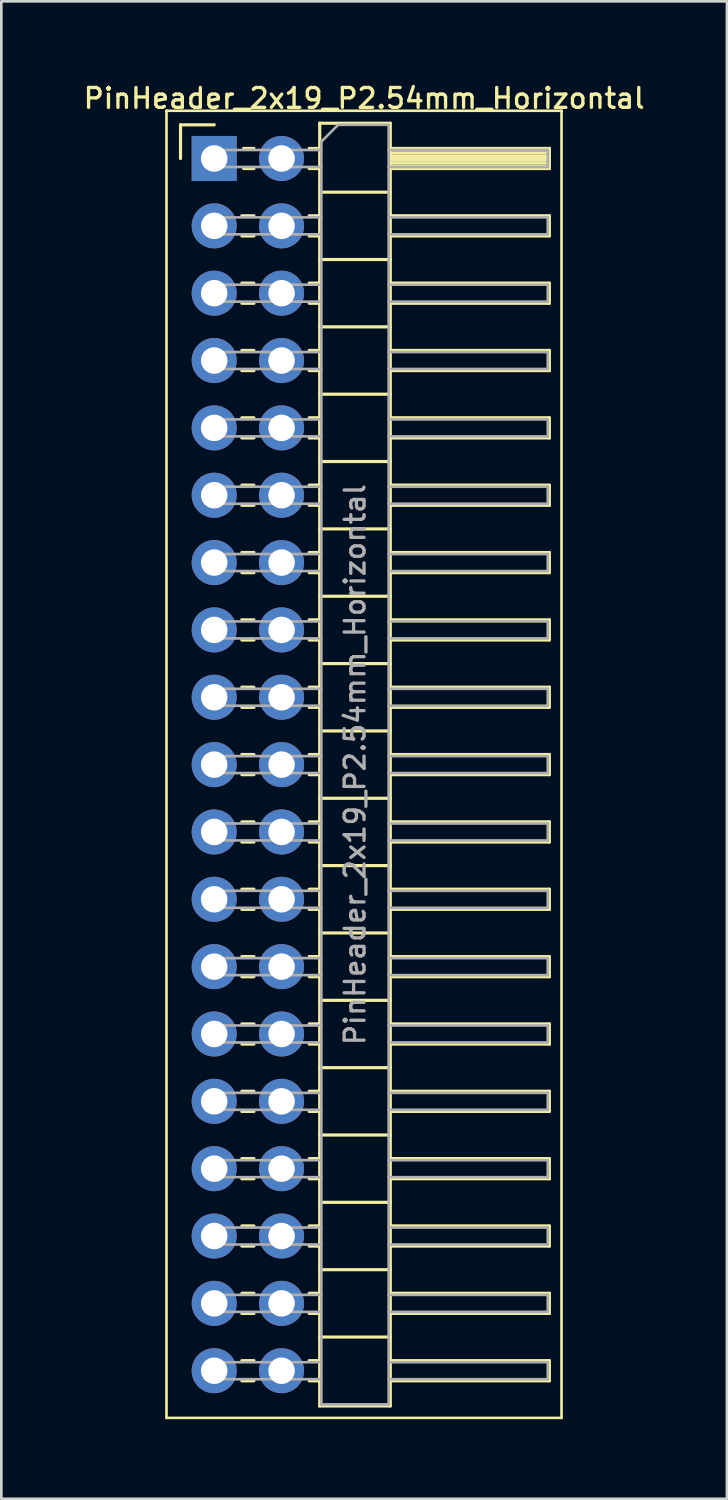
<source format=kicad_pcb>
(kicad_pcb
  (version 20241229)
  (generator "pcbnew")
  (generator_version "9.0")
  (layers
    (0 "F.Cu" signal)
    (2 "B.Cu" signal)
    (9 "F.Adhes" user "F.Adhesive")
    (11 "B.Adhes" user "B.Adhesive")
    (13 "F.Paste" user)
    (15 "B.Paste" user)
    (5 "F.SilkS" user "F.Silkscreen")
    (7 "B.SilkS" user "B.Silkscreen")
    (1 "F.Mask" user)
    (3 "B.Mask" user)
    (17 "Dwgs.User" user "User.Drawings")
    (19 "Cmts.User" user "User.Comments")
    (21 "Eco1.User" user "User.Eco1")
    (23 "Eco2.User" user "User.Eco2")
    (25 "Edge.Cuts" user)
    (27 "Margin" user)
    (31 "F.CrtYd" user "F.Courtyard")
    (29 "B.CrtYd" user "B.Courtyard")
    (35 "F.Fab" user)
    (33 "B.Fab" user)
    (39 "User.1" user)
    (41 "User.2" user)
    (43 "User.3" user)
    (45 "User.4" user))
  (footprint "PinHeader_2x19_P2.54mm_Horizontal"
    (layer "F.Cu")
    (at 5.029 2.928)
    (property "Reference" "PinHeader_2x19_P2.54mm_Horizontal" (at 5.655 -2.27 0) (layer "F.SilkS") (effects (font (size 0.75 0.75) (thickness 0.125))))
    (attr through_hole)
    (fp_line (start -1.8 -1.8) (end -1.8 47.5) (stroke (width 0.1) (type solid)) (layer "F.SilkS"))
    (fp_line (start -1.8 47.5) (end 13.1 47.5) (stroke (width 0.1) (type solid)) (layer "F.SilkS"))
    (fp_line (start -1.27 -1.27) (end 0 -1.27) (stroke (width 0.12) (type solid)) (layer "F.SilkS"))
    (fp_line (start -1.27 0) (end -1.27 -1.27) (stroke (width 0.12) (type solid)) (layer "F.SilkS"))
    (fp_line (start 1.043 2.16) (end 1.497 2.16) (stroke (width 0.12) (type solid)) (layer "F.SilkS"))
    (fp_line (start 1.043 2.92) (end 1.497 2.92) (stroke (width 0.12) (type solid)) (layer "F.SilkS"))
    (fp_line (start 1.043 4.7) (end 1.497 4.7) (stroke (width 0.12) (type solid)) (layer "F.SilkS"))
    (fp_line (start 1.043 5.46) (end 1.497 5.46) (stroke (width 0.12) (type solid)) (layer "F.SilkS"))
    (fp_line (start 1.043 7.24) (end 1.497 7.24) (stroke (width 0.12) (type solid)) (layer "F.SilkS"))
    (fp_line (start 1.043 8) (end 1.497 8) (stroke (width 0.12) (type solid)) (layer "F.SilkS"))
    (fp_line (start 1.043 9.78) (end 1.497 9.78) (stroke (width 0.12) (type solid)) (layer "F.SilkS"))
    (fp_line (start 1.043 10.54) (end 1.497 10.54) (stroke (width 0.12) (type solid)) (layer "F.SilkS"))
    (fp_line (start 1.043 12.32) (end 1.497 12.32) (stroke (width 0.12) (type solid)) (layer "F.SilkS"))
    (fp_line (start 1.043 13.08) (end 1.497 13.08) (stroke (width 0.12) (type solid)) (layer "F.SilkS"))
    (fp_line (start 1.043 14.86) (end 1.497 14.86) (stroke (width 0.12) (type solid)) (layer "F.SilkS"))
    (fp_line (start 1.043 15.62) (end 1.497 15.62) (stroke (width 0.12) (type solid)) (layer "F.SilkS"))
    (fp_line (start 1.043 17.4) (end 1.497 17.4) (stroke (width 0.12) (type solid)) (layer "F.SilkS"))
    (fp_line (start 1.043 18.16) (end 1.497 18.16) (stroke (width 0.12) (type solid)) (layer "F.SilkS"))
    (fp_line (start 1.043 19.94) (end 1.497 19.94) (stroke (width 0.12) (type solid)) (layer "F.SilkS"))
    (fp_line (start 1.043 20.7) (end 1.497 20.7) (stroke (width 0.12) (type solid)) (layer "F.SilkS"))
    (fp_line (start 1.043 22.48) (end 1.497 22.48) (stroke (width 0.12) (type solid)) (layer "F.SilkS"))
    (fp_line (start 1.043 23.24) (end 1.497 23.24) (stroke (width 0.12) (type solid)) (layer "F.SilkS"))
    (fp_line (start 1.043 25.02) (end 1.497 25.02) (stroke (width 0.12) (type solid)) (layer "F.SilkS"))
    (fp_line (start 1.043 25.78) (end 1.497 25.78) (stroke (width 0.12) (type solid)) (layer "F.SilkS"))
    (fp_line (start 1.043 27.56) (end 1.497 27.56) (stroke (width 0.12) (type solid)) (layer "F.SilkS"))
    (fp_line (start 1.043 28.32) (end 1.497 28.32) (stroke (width 0.12) (type solid)) (layer "F.SilkS"))
    (fp_line (start 1.043 30.1) (end 1.497 30.1) (stroke (width 0.12) (type solid)) (layer "F.SilkS"))
    (fp_line (start 1.043 30.86) (end 1.497 30.86) (stroke (width 0.12) (type solid)) (layer "F.SilkS"))
    (fp_line (start 1.043 32.64) (end 1.497 32.64) (stroke (width 0.12) (type solid)) (layer "F.SilkS"))
    (fp_line (start 1.043 33.4) (end 1.497 33.4) (stroke (width 0.12) (type solid)) (layer "F.SilkS"))
    (fp_line (start 1.043 35.18) (end 1.497 35.18) (stroke (width 0.12) (type solid)) (layer "F.SilkS"))
    (fp_line (start 1.043 35.94) (end 1.497 35.94) (stroke (width 0.12) (type solid)) (layer "F.SilkS"))
    (fp_line (start 1.043 37.72) (end 1.497 37.72) (stroke (width 0.12) (type solid)) (layer "F.SilkS"))
    (fp_line (start 1.043 38.48) (end 1.497 38.48) (stroke (width 0.12) (type solid)) (layer "F.SilkS"))
    (fp_line (start 1.043 40.26) (end 1.497 40.26) (stroke (width 0.12) (type solid)) (layer "F.SilkS"))
    (fp_line (start 1.043 41.02) (end 1.497 41.02) (stroke (width 0.12) (type solid)) (layer "F.SilkS"))
    (fp_line (start 1.043 42.8) (end 1.497 42.8) (stroke (width 0.12) (type solid)) (layer "F.SilkS"))
    (fp_line (start 1.043 43.56) (end 1.497 43.56) (stroke (width 0.12) (type solid)) (layer "F.SilkS"))
    (fp_line (start 1.043 45.34) (end 1.497 45.34) (stroke (width 0.12) (type solid)) (layer "F.SilkS"))
    (fp_line (start 1.043 46.1) (end 1.497 46.1) (stroke (width 0.12) (type solid)) (layer "F.SilkS"))
    (fp_line (start 1.11 -0.38) (end 1.497 -0.38) (stroke (width 0.12) (type solid)) (layer "F.SilkS"))
    (fp_line (start 1.11 0.38) (end 1.497 0.38) (stroke (width 0.12) (type solid)) (layer "F.SilkS"))
    (fp_line (start 3.583 -0.38) (end 3.98 -0.38) (stroke (width 0.12) (type solid)) (layer "F.SilkS"))
    (fp_line (start 3.583 0.38) (end 3.98 0.38) (stroke (width 0.12) (type solid)) (layer "F.SilkS"))
    (fp_line (start 3.583 2.16) (end 3.98 2.16) (stroke (width 0.12) (type solid)) (layer "F.SilkS"))
    (fp_line (start 3.583 2.92) (end 3.98 2.92) (stroke (width 0.12) (type solid)) (layer "F.SilkS"))
    (fp_line (start 3.583 4.7) (end 3.98 4.7) (stroke (width 0.12) (type solid)) (layer "F.SilkS"))
    (fp_line (start 3.583 5.46) (end 3.98 5.46) (stroke (width 0.12) (type solid)) (layer "F.SilkS"))
    (fp_line (start 3.583 7.24) (end 3.98 7.24) (stroke (width 0.12) (type solid)) (layer "F.SilkS"))
    (fp_line (start 3.583 8) (end 3.98 8) (stroke (width 0.12) (type solid)) (layer "F.SilkS"))
    (fp_line (start 3.583 9.78) (end 3.98 9.78) (stroke (width 0.12) (type solid)) (layer "F.SilkS"))
    (fp_line (start 3.583 10.54) (end 3.98 10.54) (stroke (width 0.12) (type solid)) (layer "F.SilkS"))
    (fp_line (start 3.583 12.32) (end 3.98 12.32) (stroke (width 0.12) (type solid)) (layer "F.SilkS"))
    (fp_line (start 3.583 13.08) (end 3.98 13.08) (stroke (width 0.12) (type solid)) (layer "F.SilkS"))
    (fp_line (start 3.583 14.86) (end 3.98 14.86) (stroke (width 0.12) (type solid)) (layer "F.SilkS"))
    (fp_line (start 3.583 15.62) (end 3.98 15.62) (stroke (width 0.12) (type solid)) (layer "F.SilkS"))
    (fp_line (start 3.583 17.4) (end 3.98 17.4) (stroke (width 0.12) (type solid)) (layer "F.SilkS"))
    (fp_line (start 3.583 18.16) (end 3.98 18.16) (stroke (width 0.12) (type solid)) (layer "F.SilkS"))
    (fp_line (start 3.583 19.94) (end 3.98 19.94) (stroke (width 0.12) (type solid)) (layer "F.SilkS"))
    (fp_line (start 3.583 20.7) (end 3.98 20.7) (stroke (width 0.12) (type solid)) (layer "F.SilkS"))
    (fp_line (start 3.583 22.48) (end 3.98 22.48) (stroke (width 0.12) (type solid)) (layer "F.SilkS"))
    (fp_line (start 3.583 23.24) (end 3.98 23.24) (stroke (width 0.12) (type solid)) (layer "F.SilkS"))
    (fp_line (start 3.583 25.02) (end 3.98 25.02) (stroke (width 0.12) (type solid)) (layer "F.SilkS"))
    (fp_line (start 3.583 25.78) (end 3.98 25.78) (stroke (width 0.12) (type solid)) (layer "F.SilkS"))
    (fp_line (start 3.583 27.56) (end 3.98 27.56) (stroke (width 0.12) (type solid)) (layer "F.SilkS"))
    (fp_line (start 3.583 28.32) (end 3.98 28.32) (stroke (width 0.12) (type solid)) (layer "F.SilkS"))
    (fp_line (start 3.583 30.1) (end 3.98 30.1) (stroke (width 0.12) (type solid)) (layer "F.SilkS"))
    (fp_line (start 3.583 30.86) (end 3.98 30.86) (stroke (width 0.12) (type solid)) (layer "F.SilkS"))
    (fp_line (start 3.583 32.64) (end 3.98 32.64) (stroke (width 0.12) (type solid)) (layer "F.SilkS"))
    (fp_line (start 3.583 33.4) (end 3.98 33.4) (stroke (width 0.12) (type solid)) (layer "F.SilkS"))
    (fp_line (start 3.583 35.18) (end 3.98 35.18) (stroke (width 0.12) (type solid)) (layer "F.SilkS"))
    (fp_line (start 3.583 35.94) (end 3.98 35.94) (stroke (width 0.12) (type solid)) (layer "F.SilkS"))
    (fp_line (start 3.583 37.72) (end 3.98 37.72) (stroke (width 0.12) (type solid)) (layer "F.SilkS"))
    (fp_line (start 3.583 38.48) (end 3.98 38.48) (stroke (width 0.12) (type solid)) (layer "F.SilkS"))
    (fp_line (start 3.583 40.26) (end 3.98 40.26) (stroke (width 0.12) (type solid)) (layer "F.SilkS"))
    (fp_line (start 3.583 41.02) (end 3.98 41.02) (stroke (width 0.12) (type solid)) (layer "F.SilkS"))
    (fp_line (start 3.583 42.8) (end 3.98 42.8) (stroke (width 0.12) (type solid)) (layer "F.SilkS"))
    (fp_line (start 3.583 43.56) (end 3.98 43.56) (stroke (width 0.12) (type solid)) (layer "F.SilkS"))
    (fp_line (start 3.583 45.34) (end 3.98 45.34) (stroke (width 0.12) (type solid)) (layer "F.SilkS"))
    (fp_line (start 3.583 46.1) (end 3.98 46.1) (stroke (width 0.12) (type solid)) (layer "F.SilkS"))
    (fp_line (start 3.98 -1.33) (end 3.98 47.05) (stroke (width 0.12) (type solid)) (layer "F.SilkS"))
    (fp_line (start 3.98 1.27) (end 6.64 1.27) (stroke (width 0.12) (type solid)) (layer "F.SilkS"))
    (fp_line (start 3.98 3.81) (end 6.64 3.81) (stroke (width 0.12) (type solid)) (layer "F.SilkS"))
    (fp_line (start 3.98 6.35) (end 6.64 6.35) (stroke (width 0.12) (type solid)) (layer "F.SilkS"))
    (fp_line (start 3.98 8.89) (end 6.64 8.89) (stroke (width 0.12) (type solid)) (layer "F.SilkS"))
    (fp_line (start 3.98 11.43) (end 6.64 11.43) (stroke (width 0.12) (type solid)) (layer "F.SilkS"))
    (fp_line (start 3.98 13.97) (end 6.64 13.97) (stroke (width 0.12) (type solid)) (layer "F.SilkS"))
    (fp_line (start 3.98 16.51) (end 6.64 16.51) (stroke (width 0.12) (type solid)) (layer "F.SilkS"))
    (fp_line (start 3.98 19.05) (end 6.64 19.05) (stroke (width 0.12) (type solid)) (layer "F.SilkS"))
    (fp_line (start 3.98 21.59) (end 6.64 21.59) (stroke (width 0.12) (type solid)) (layer "F.SilkS"))
    (fp_line (start 3.98 24.13) (end 6.64 24.13) (stroke (width 0.12) (type solid)) (layer "F.SilkS"))
    (fp_line (start 3.98 26.67) (end 6.64 26.67) (stroke (width 0.12) (type solid)) (layer "F.SilkS"))
    (fp_line (start 3.98 29.21) (end 6.64 29.21) (stroke (width 0.12) (type solid)) (layer "F.SilkS"))
    (fp_line (start 3.98 31.75) (end 6.64 31.75) (stroke (width 0.12) (type solid)) (layer "F.SilkS"))
    (fp_line (start 3.98 34.29) (end 6.64 34.29) (stroke (width 0.12) (type solid)) (layer "F.SilkS"))
    (fp_line (start 3.98 36.83) (end 6.64 36.83) (stroke (width 0.12) (type solid)) (layer "F.SilkS"))
    (fp_line (start 3.98 39.37) (end 6.64 39.37) (stroke (width 0.12) (type solid)) (layer "F.SilkS"))
    (fp_line (start 3.98 41.91) (end 6.64 41.91) (stroke (width 0.12) (type solid)) (layer "F.SilkS"))
    (fp_line (start 3.98 44.45) (end 6.64 44.45) (stroke (width 0.12) (type solid)) (layer "F.SilkS"))
    (fp_line (start 3.98 47.05) (end 6.64 47.05) (stroke (width 0.12) (type solid)) (layer "F.SilkS"))
    (fp_line (start 6.64 -1.33) (end 3.98 -1.33) (stroke (width 0.12) (type solid)) (layer "F.SilkS"))
    (fp_line (start 6.64 -0.38) (end 12.64 -0.38) (stroke (width 0.12) (type solid)) (layer "F.SilkS"))
    (fp_line (start 6.64 -0.32) (end 12.64 -0.32) (stroke (width 0.12) (type solid)) (layer "F.SilkS"))
    (fp_line (start 6.64 -0.2) (end 12.64 -0.2) (stroke (width 0.12) (type solid)) (layer "F.SilkS"))
    (fp_line (start 6.64 -0.08) (end 12.64 -0.08) (stroke (width 0.12) (type solid)) (layer "F.SilkS"))
    (fp_line (start 6.64 0.04) (end 12.64 0.04) (stroke (width 0.12) (type solid)) (layer "F.SilkS"))
    (fp_line (start 6.64 0.16) (end 12.64 0.16) (stroke (width 0.12) (type solid)) (layer "F.SilkS"))
    (fp_line (start 6.64 0.28) (end 12.64 0.28) (stroke (width 0.12) (type solid)) (layer "F.SilkS"))
    (fp_line (start 6.64 2.16) (end 12.64 2.16) (stroke (width 0.12) (type solid)) (layer "F.SilkS"))
    (fp_line (start 6.64 4.7) (end 12.64 4.7) (stroke (width 0.12) (type solid)) (layer "F.SilkS"))
    (fp_line (start 6.64 7.24) (end 12.64 7.24) (stroke (width 0.12) (type solid)) (layer "F.SilkS"))
    (fp_line (start 6.64 9.78) (end 12.64 9.78) (stroke (width 0.12) (type solid)) (layer "F.SilkS"))
    (fp_line (start 6.64 12.32) (end 12.64 12.32) (stroke (width 0.12) (type solid)) (layer "F.SilkS"))
    (fp_line (start 6.64 14.86) (end 12.64 14.86) (stroke (width 0.12) (type solid)) (layer "F.SilkS"))
    (fp_line (start 6.64 17.4) (end 12.64 17.4) (stroke (width 0.12) (type solid)) (layer "F.SilkS"))
    (fp_line (start 6.64 19.94) (end 12.64 19.94) (stroke (width 0.12) (type solid)) (layer "F.SilkS"))
    (fp_line (start 6.64 22.48) (end 12.64 22.48) (stroke (width 0.12) (type solid)) (layer "F.SilkS"))
    (fp_line (start 6.64 25.02) (end 12.64 25.02) (stroke (width 0.12) (type solid)) (layer "F.SilkS"))
    (fp_line (start 6.64 27.56) (end 12.64 27.56) (stroke (width 0.12) (type solid)) (layer "F.SilkS"))
    (fp_line (start 6.64 30.1) (end 12.64 30.1) (stroke (width 0.12) (type solid)) (layer "F.SilkS"))
    (fp_line (start 6.64 32.64) (end 12.64 32.64) (stroke (width 0.12) (type solid)) (layer "F.SilkS"))
    (fp_line (start 6.64 35.18) (end 12.64 35.18) (stroke (width 0.12) (type solid)) (layer "F.SilkS"))
    (fp_line (start 6.64 37.72) (end 12.64 37.72) (stroke (width 0.12) (type solid)) (layer "F.SilkS"))
    (fp_line (start 6.64 40.26) (end 12.64 40.26) (stroke (width 0.12) (type solid)) (layer "F.SilkS"))
    (fp_line (start 6.64 42.8) (end 12.64 42.8) (stroke (width 0.12) (type solid)) (layer "F.SilkS"))
    (fp_line (start 6.64 45.34) (end 12.64 45.34) (stroke (width 0.12) (type solid)) (layer "F.SilkS"))
    (fp_line (start 6.64 47.05) (end 6.64 -1.33) (stroke (width 0.12) (type solid)) (layer "F.SilkS"))
    (fp_line (start 12.64 -0.38) (end 12.64 0.38) (stroke (width 0.12) (type solid)) (layer "F.SilkS"))
    (fp_line (start 12.64 0.38) (end 6.64 0.38) (stroke (width 0.12) (type solid)) (layer "F.SilkS"))
    (fp_line (start 12.64 2.16) (end 12.64 2.92) (stroke (width 0.12) (type solid)) (layer "F.SilkS"))
    (fp_line (start 12.64 2.92) (end 6.64 2.92) (stroke (width 0.12) (type solid)) (layer "F.SilkS"))
    (fp_line (start 12.64 4.7) (end 12.64 5.46) (stroke (width 0.12) (type solid)) (layer "F.SilkS"))
    (fp_line (start 12.64 5.46) (end 6.64 5.46) (stroke (width 0.12) (type solid)) (layer "F.SilkS"))
    (fp_line (start 12.64 7.24) (end 12.64 8) (stroke (width 0.12) (type solid)) (layer "F.SilkS"))
    (fp_line (start 12.64 8) (end 6.64 8) (stroke (width 0.12) (type solid)) (layer "F.SilkS"))
    (fp_line (start 12.64 9.78) (end 12.64 10.54) (stroke (width 0.12) (type solid)) (layer "F.SilkS"))
    (fp_line (start 12.64 10.54) (end 6.64 10.54) (stroke (width 0.12) (type solid)) (layer "F.SilkS"))
    (fp_line (start 12.64 12.32) (end 12.64 13.08) (stroke (width 0.12) (type solid)) (layer "F.SilkS"))
    (fp_line (start 12.64 13.08) (end 6.64 13.08) (stroke (width 0.12) (type solid)) (layer "F.SilkS"))
    (fp_line (start 12.64 14.86) (end 12.64 15.62) (stroke (width 0.12) (type solid)) (layer "F.SilkS"))
    (fp_line (start 12.64 15.62) (end 6.64 15.62) (stroke (width 0.12) (type solid)) (layer "F.SilkS"))
    (fp_line (start 12.64 17.4) (end 12.64 18.16) (stroke (width 0.12) (type solid)) (layer "F.SilkS"))
    (fp_line (start 12.64 18.16) (end 6.64 18.16) (stroke (width 0.12) (type solid)) (layer "F.SilkS"))
    (fp_line (start 12.64 19.94) (end 12.64 20.7) (stroke (width 0.12) (type solid)) (layer "F.SilkS"))
    (fp_line (start 12.64 20.7) (end 6.64 20.7) (stroke (width 0.12) (type solid)) (layer "F.SilkS"))
    (fp_line (start 12.64 22.48) (end 12.64 23.24) (stroke (width 0.12) (type solid)) (layer "F.SilkS"))
    (fp_line (start 12.64 23.24) (end 6.64 23.24) (stroke (width 0.12) (type solid)) (layer "F.SilkS"))
    (fp_line (start 12.64 25.02) (end 12.64 25.78) (stroke (width 0.12) (type solid)) (layer "F.SilkS"))
    (fp_line (start 12.64 25.78) (end 6.64 25.78) (stroke (width 0.12) (type solid)) (layer "F.SilkS"))
    (fp_line (start 12.64 27.56) (end 12.64 28.32) (stroke (width 0.12) (type solid)) (layer "F.SilkS"))
    (fp_line (start 12.64 28.32) (end 6.64 28.32) (stroke (width 0.12) (type solid)) (layer "F.SilkS"))
    (fp_line (start 12.64 30.1) (end 12.64 30.86) (stroke (width 0.12) (type solid)) (layer "F.SilkS"))
    (fp_line (start 12.64 30.86) (end 6.64 30.86) (stroke (width 0.12) (type solid)) (layer "F.SilkS"))
    (fp_line (start 12.64 32.64) (end 12.64 33.4) (stroke (width 0.12) (type solid)) (layer "F.SilkS"))
    (fp_line (start 12.64 33.4) (end 6.64 33.4) (stroke (width 0.12) (type solid)) (layer "F.SilkS"))
    (fp_line (start 12.64 35.18) (end 12.64 35.94) (stroke (width 0.12) (type solid)) (layer "F.SilkS"))
    (fp_line (start 12.64 35.94) (end 6.64 35.94) (stroke (width 0.12) (type solid)) (layer "F.SilkS"))
    (fp_line (start 12.64 37.72) (end 12.64 38.48) (stroke (width 0.12) (type solid)) (layer "F.SilkS"))
    (fp_line (start 12.64 38.48) (end 6.64 38.48) (stroke (width 0.12) (type solid)) (layer "F.SilkS"))
    (fp_line (start 12.64 40.26) (end 12.64 41.02) (stroke (width 0.12) (type solid)) (layer "F.SilkS"))
    (fp_line (start 12.64 41.02) (end 6.64 41.02) (stroke (width 0.12) (type solid)) (layer "F.SilkS"))
    (fp_line (start 12.64 42.8) (end 12.64 43.56) (stroke (width 0.12) (type solid)) (layer "F.SilkS"))
    (fp_line (start 12.64 43.56) (end 6.64 43.56) (stroke (width 0.12) (type solid)) (layer "F.SilkS"))
    (fp_line (start 12.64 45.34) (end 12.64 46.1) (stroke (width 0.12) (type solid)) (layer "F.SilkS"))
    (fp_line (start 12.64 46.1) (end 6.64 46.1) (stroke (width 0.12) (type solid)) (layer "F.SilkS"))
    (fp_line (start 13.1 -1.8) (end -1.8 -1.8) (stroke (width 0.1) (type solid)) (layer "F.SilkS"))
    (fp_line (start 13.1 47.5) (end 13.1 -1.8) (stroke (width 0.1) (type solid)) (layer "F.SilkS"))
    (fp_line (start -0.32 -0.32) (end -0.32 0.32) (stroke (width 0.1) (type solid)) (layer "F.Fab"))
    (fp_line (start -0.32 -0.32) (end 4.04 -0.32) (stroke (width 0.1) (type solid)) (layer "F.Fab"))
    (fp_line (start -0.32 0.32) (end 4.04 0.32) (stroke (width 0.1) (type solid)) (layer "F.Fab"))
    (fp_line (start -0.32 2.22) (end -0.32 2.86) (stroke (width 0.1) (type solid)) (layer "F.Fab"))
    (fp_line (start -0.32 2.22) (end 4.04 2.22) (stroke (width 0.1) (type solid)) (layer "F.Fab"))
    (fp_line (start -0.32 2.86) (end 4.04 2.86) (stroke (width 0.1) (type solid)) (layer "F.Fab"))
    (fp_line (start -0.32 4.76) (end -0.32 5.4) (stroke (width 0.1) (type solid)) (layer "F.Fab"))
    (fp_line (start -0.32 4.76) (end 4.04 4.76) (stroke (width 0.1) (type solid)) (layer "F.Fab"))
    (fp_line (start -0.32 5.4) (end 4.04 5.4) (stroke (width 0.1) (type solid)) (layer "F.Fab"))
    (fp_line (start -0.32 7.3) (end -0.32 7.94) (stroke (width 0.1) (type solid)) (layer "F.Fab"))
    (fp_line (start -0.32 7.3) (end 4.04 7.3) (stroke (width 0.1) (type solid)) (layer "F.Fab"))
    (fp_line (start -0.32 7.94) (end 4.04 7.94) (stroke (width 0.1) (type solid)) (layer "F.Fab"))
    (fp_line (start -0.32 9.84) (end -0.32 10.48) (stroke (width 0.1) (type solid)) (layer "F.Fab"))
    (fp_line (start -0.32 9.84) (end 4.04 9.84) (stroke (width 0.1) (type solid)) (layer "F.Fab"))
    (fp_line (start -0.32 10.48) (end 4.04 10.48) (stroke (width 0.1) (type solid)) (layer "F.Fab"))
    (fp_line (start -0.32 12.38) (end -0.32 13.02) (stroke (width 0.1) (type solid)) (layer "F.Fab"))
    (fp_line (start -0.32 12.38) (end 4.04 12.38) (stroke (width 0.1) (type solid)) (layer "F.Fab"))
    (fp_line (start -0.32 13.02) (end 4.04 13.02) (stroke (width 0.1) (type solid)) (layer "F.Fab"))
    (fp_line (start -0.32 14.92) (end -0.32 15.56) (stroke (width 0.1) (type solid)) (layer "F.Fab"))
    (fp_line (start -0.32 14.92) (end 4.04 14.92) (stroke (width 0.1) (type solid)) (layer "F.Fab"))
    (fp_line (start -0.32 15.56) (end 4.04 15.56) (stroke (width 0.1) (type solid)) (layer "F.Fab"))
    (fp_line (start -0.32 17.46) (end -0.32 18.1) (stroke (width 0.1) (type solid)) (layer "F.Fab"))
    (fp_line (start -0.32 17.46) (end 4.04 17.46) (stroke (width 0.1) (type solid)) (layer "F.Fab"))
    (fp_line (start -0.32 18.1) (end 4.04 18.1) (stroke (width 0.1) (type solid)) (layer "F.Fab"))
    (fp_line (start -0.32 20) (end -0.32 20.64) (stroke (width 0.1) (type solid)) (layer "F.Fab"))
    (fp_line (start -0.32 20) (end 4.04 20) (stroke (width 0.1) (type solid)) (layer "F.Fab"))
    (fp_line (start -0.32 20.64) (end 4.04 20.64) (stroke (width 0.1) (type solid)) (layer "F.Fab"))
    (fp_line (start -0.32 22.54) (end -0.32 23.18) (stroke (width 0.1) (type solid)) (layer "F.Fab"))
    (fp_line (start -0.32 22.54) (end 4.04 22.54) (stroke (width 0.1) (type solid)) (layer "F.Fab"))
    (fp_line (start -0.32 23.18) (end 4.04 23.18) (stroke (width 0.1) (type solid)) (layer "F.Fab"))
    (fp_line (start -0.32 25.08) (end -0.32 25.72) (stroke (width 0.1) (type solid)) (layer "F.Fab"))
    (fp_line (start -0.32 25.08) (end 4.04 25.08) (stroke (width 0.1) (type solid)) (layer "F.Fab"))
    (fp_line (start -0.32 25.72) (end 4.04 25.72) (stroke (width 0.1) (type solid)) (layer "F.Fab"))
    (fp_line (start -0.32 27.62) (end -0.32 28.26) (stroke (width 0.1) (type solid)) (layer "F.Fab"))
    (fp_line (start -0.32 27.62) (end 4.04 27.62) (stroke (width 0.1) (type solid)) (layer "F.Fab"))
    (fp_line (start -0.32 28.26) (end 4.04 28.26) (stroke (width 0.1) (type solid)) (layer "F.Fab"))
    (fp_line (start -0.32 30.16) (end -0.32 30.8) (stroke (width 0.1) (type solid)) (layer "F.Fab"))
    (fp_line (start -0.32 30.16) (end 4.04 30.16) (stroke (width 0.1) (type solid)) (layer "F.Fab"))
    (fp_line (start -0.32 30.8) (end 4.04 30.8) (stroke (width 0.1) (type solid)) (layer "F.Fab"))
    (fp_line (start -0.32 32.7) (end -0.32 33.34) (stroke (width 0.1) (type solid)) (layer "F.Fab"))
    (fp_line (start -0.32 32.7) (end 4.04 32.7) (stroke (width 0.1) (type solid)) (layer "F.Fab"))
    (fp_line (start -0.32 33.34) (end 4.04 33.34) (stroke (width 0.1) (type solid)) (layer "F.Fab"))
    (fp_line (start -0.32 35.24) (end -0.32 35.88) (stroke (width 0.1) (type solid)) (layer "F.Fab"))
    (fp_line (start -0.32 35.24) (end 4.04 35.24) (stroke (width 0.1) (type solid)) (layer "F.Fab"))
    (fp_line (start -0.32 35.88) (end 4.04 35.88) (stroke (width 0.1) (type solid)) (layer "F.Fab"))
    (fp_line (start -0.32 37.78) (end -0.32 38.42) (stroke (width 0.1) (type solid)) (layer "F.Fab"))
    (fp_line (start -0.32 37.78) (end 4.04 37.78) (stroke (width 0.1) (type solid)) (layer "F.Fab"))
    (fp_line (start -0.32 38.42) (end 4.04 38.42) (stroke (width 0.1) (type solid)) (layer "F.Fab"))
    (fp_line (start -0.32 40.32) (end -0.32 40.96) (stroke (width 0.1) (type solid)) (layer "F.Fab"))
    (fp_line (start -0.32 40.32) (end 4.04 40.32) (stroke (width 0.1) (type solid)) (layer "F.Fab"))
    (fp_line (start -0.32 40.96) (end 4.04 40.96) (stroke (width 0.1) (type solid)) (layer "F.Fab"))
    (fp_line (start -0.32 42.86) (end -0.32 43.5) (stroke (width 0.1) (type solid)) (layer "F.Fab"))
    (fp_line (start -0.32 42.86) (end 4.04 42.86) (stroke (width 0.1) (type solid)) (layer "F.Fab"))
    (fp_line (start -0.32 43.5) (end 4.04 43.5) (stroke (width 0.1) (type solid)) (layer "F.Fab"))
    (fp_line (start -0.32 45.4) (end -0.32 46.04) (stroke (width 0.1) (type solid)) (layer "F.Fab"))
    (fp_line (start -0.32 45.4) (end 4.04 45.4) (stroke (width 0.1) (type solid)) (layer "F.Fab"))
    (fp_line (start -0.32 46.04) (end 4.04 46.04) (stroke (width 0.1) (type solid)) (layer "F.Fab"))
    (fp_line (start 4.04 -0.635) (end 4.675 -1.27) (stroke (width 0.1) (type solid)) (layer "F.Fab"))
    (fp_line (start 4.04 46.99) (end 4.04 -0.635) (stroke (width 0.1) (type solid)) (layer "F.Fab"))
    (fp_line (start 4.675 -1.27) (end 6.58 -1.27) (stroke (width 0.1) (type solid)) (layer "F.Fab"))
    (fp_line (start 6.58 -1.27) (end 6.58 46.99) (stroke (width 0.1) (type solid)) (layer "F.Fab"))
    (fp_line (start 6.58 -0.32) (end 12.58 -0.32) (stroke (width 0.1) (type solid)) (layer "F.Fab"))
    (fp_line (start 6.58 0.32) (end 12.58 0.32) (stroke (width 0.1) (type solid)) (layer "F.Fab"))
    (fp_line (start 6.58 2.22) (end 12.58 2.22) (stroke (width 0.1) (type solid)) (layer "F.Fab"))
    (fp_line (start 6.58 2.86) (end 12.58 2.86) (stroke (width 0.1) (type solid)) (layer "F.Fab"))
    (fp_line (start 6.58 4.76) (end 12.58 4.76) (stroke (width 0.1) (type solid)) (layer "F.Fab"))
    (fp_line (start 6.58 5.4) (end 12.58 5.4) (stroke (width 0.1) (type solid)) (layer "F.Fab"))
    (fp_line (start 6.58 7.3) (end 12.58 7.3) (stroke (width 0.1) (type solid)) (layer "F.Fab"))
    (fp_line (start 6.58 7.94) (end 12.58 7.94) (stroke (width 0.1) (type solid)) (layer "F.Fab"))
    (fp_line (start 6.58 9.84) (end 12.58 9.84) (stroke (width 0.1) (type solid)) (layer "F.Fab"))
    (fp_line (start 6.58 10.48) (end 12.58 10.48) (stroke (width 0.1) (type solid)) (layer "F.Fab"))
    (fp_line (start 6.58 12.38) (end 12.58 12.38) (stroke (width 0.1) (type solid)) (layer "F.Fab"))
    (fp_line (start 6.58 13.02) (end 12.58 13.02) (stroke (width 0.1) (type solid)) (layer "F.Fab"))
    (fp_line (start 6.58 14.92) (end 12.58 14.92) (stroke (width 0.1) (type solid)) (layer "F.Fab"))
    (fp_line (start 6.58 15.56) (end 12.58 15.56) (stroke (width 0.1) (type solid)) (layer "F.Fab"))
    (fp_line (start 6.58 17.46) (end 12.58 17.46) (stroke (width 0.1) (type solid)) (layer "F.Fab"))
    (fp_line (start 6.58 18.1) (end 12.58 18.1) (stroke (width 0.1) (type solid)) (layer "F.Fab"))
    (fp_line (start 6.58 20) (end 12.58 20) (stroke (width 0.1) (type solid)) (layer "F.Fab"))
    (fp_line (start 6.58 20.64) (end 12.58 20.64) (stroke (width 0.1) (type solid)) (layer "F.Fab"))
    (fp_line (start 6.58 22.54) (end 12.58 22.54) (stroke (width 0.1) (type solid)) (layer "F.Fab"))
    (fp_line (start 6.58 23.18) (end 12.58 23.18) (stroke (width 0.1) (type solid)) (layer "F.Fab"))
    (fp_line (start 6.58 25.08) (end 12.58 25.08) (stroke (width 0.1) (type solid)) (layer "F.Fab"))
    (fp_line (start 6.58 25.72) (end 12.58 25.72) (stroke (width 0.1) (type solid)) (layer "F.Fab"))
    (fp_line (start 6.58 27.62) (end 12.58 27.62) (stroke (width 0.1) (type solid)) (layer "F.Fab"))
    (fp_line (start 6.58 28.26) (end 12.58 28.26) (stroke (width 0.1) (type solid)) (layer "F.Fab"))
    (fp_line (start 6.58 30.16) (end 12.58 30.16) (stroke (width 0.1) (type solid)) (layer "F.Fab"))
    (fp_line (start 6.58 30.8) (end 12.58 30.8) (stroke (width 0.1) (type solid)) (layer "F.Fab"))
    (fp_line (start 6.58 32.7) (end 12.58 32.7) (stroke (width 0.1) (type solid)) (layer "F.Fab"))
    (fp_line (start 6.58 33.34) (end 12.58 33.34) (stroke (width 0.1) (type solid)) (layer "F.Fab"))
    (fp_line (start 6.58 35.24) (end 12.58 35.24) (stroke (width 0.1) (type solid)) (layer "F.Fab"))
    (fp_line (start 6.58 35.88) (end 12.58 35.88) (stroke (width 0.1) (type solid)) (layer "F.Fab"))
    (fp_line (start 6.58 37.78) (end 12.58 37.78) (stroke (width 0.1) (type solid)) (layer "F.Fab"))
    (fp_line (start 6.58 38.42) (end 12.58 38.42) (stroke (width 0.1) (type solid)) (layer "F.Fab"))
    (fp_line (start 6.58 40.32) (end 12.58 40.32) (stroke (width 0.1) (type solid)) (layer "F.Fab"))
    (fp_line (start 6.58 40.96) (end 12.58 40.96) (stroke (width 0.1) (type solid)) (layer "F.Fab"))
    (fp_line (start 6.58 42.86) (end 12.58 42.86) (stroke (width 0.1) (type solid)) (layer "F.Fab"))
    (fp_line (start 6.58 43.5) (end 12.58 43.5) (stroke (width 0.1) (type solid)) (layer "F.Fab"))
    (fp_line (start 6.58 45.4) (end 12.58 45.4) (stroke (width 0.1) (type solid)) (layer "F.Fab"))
    (fp_line (start 6.58 46.04) (end 12.58 46.04) (stroke (width 0.1) (type solid)) (layer "F.Fab"))
    (fp_line (start 6.58 46.99) (end 4.04 46.99) (stroke (width 0.1) (type solid)) (layer "F.Fab"))
    (fp_line (start 12.58 -0.32) (end 12.58 0.32) (stroke (width 0.1) (type solid)) (layer "F.Fab"))
    (fp_line (start 12.58 2.22) (end 12.58 2.86) (stroke (width 0.1) (type solid)) (layer "F.Fab"))
    (fp_line (start 12.58 4.76) (end 12.58 5.4) (stroke (width 0.1) (type solid)) (layer "F.Fab"))
    (fp_line (start 12.58 7.3) (end 12.58 7.94) (stroke (width 0.1) (type solid)) (layer "F.Fab"))
    (fp_line (start 12.58 9.84) (end 12.58 10.48) (stroke (width 0.1) (type solid)) (layer "F.Fab"))
    (fp_line (start 12.58 12.38) (end 12.58 13.02) (stroke (width 0.1) (type solid)) (layer "F.Fab"))
    (fp_line (start 12.58 14.92) (end 12.58 15.56) (stroke (width 0.1) (type solid)) (layer "F.Fab"))
    (fp_line (start 12.58 17.46) (end 12.58 18.1) (stroke (width 0.1) (type solid)) (layer "F.Fab"))
    (fp_line (start 12.58 20) (end 12.58 20.64) (stroke (width 0.1) (type solid)) (layer "F.Fab"))
    (fp_line (start 12.58 22.54) (end 12.58 23.18) (stroke (width 0.1) (type solid)) (layer "F.Fab"))
    (fp_line (start 12.58 25.08) (end 12.58 25.72) (stroke (width 0.1) (type solid)) (layer "F.Fab"))
    (fp_line (start 12.58 27.62) (end 12.58 28.26) (stroke (width 0.1) (type solid)) (layer "F.Fab"))
    (fp_line (start 12.58 30.16) (end 12.58 30.8) (stroke (width 0.1) (type solid)) (layer "F.Fab"))
    (fp_line (start 12.58 32.7) (end 12.58 33.34) (stroke (width 0.1) (type solid)) (layer "F.Fab"))
    (fp_line (start 12.58 35.24) (end 12.58 35.88) (stroke (width 0.1) (type solid)) (layer "F.Fab"))
    (fp_line (start 12.58 37.78) (end 12.58 38.42) (stroke (width 0.1) (type solid)) (layer "F.Fab"))
    (fp_line (start 12.58 40.32) (end 12.58 40.96) (stroke (width 0.1) (type solid)) (layer "F.Fab"))
    (fp_line (start 12.58 42.86) (end 12.58 43.5) (stroke (width 0.1) (type solid)) (layer "F.Fab"))
    (fp_line (start 12.58 45.4) (end 12.58 46.04) (stroke (width 0.1) (type solid)) (layer "F.Fab"))
    (fp_text user "${REFERENCE}" (at 5.31 22.86 90) (layer "F.Fab") (effects (font (size 0.75 0.75) (thickness 0.125))))
    (pad "1" thru_hole rect (at 0 0) (size 1.7 1.7) (drill 1) (layers "*.Cu" "*.Mask"))
    (pad "2" thru_hole oval (at 2.54 0) (size 1.7 1.7) (drill 1) (layers "*.Cu" "*.Mask"))
    (pad "3" thru_hole oval (at 0 2.54) (size 1.7 1.7) (drill 1) (layers "*.Cu" "*.Mask"))
    (pad "4" thru_hole oval (at 2.54 2.54) (size 1.7 1.7) (drill 1) (layers "*.Cu" "*.Mask"))
    (pad "5" thru_hole oval (at 0 5.08) (size 1.7 1.7) (drill 1) (layers "*.Cu" "*.Mask"))
    (pad "6" thru_hole oval (at 2.54 5.08) (size 1.7 1.7) (drill 1) (layers "*.Cu" "*.Mask"))
    (pad "7" thru_hole oval (at 0 7.62) (size 1.7 1.7) (drill 1) (layers "*.Cu" "*.Mask"))
    (pad "8" thru_hole oval (at 2.54 7.62) (size 1.7 1.7) (drill 1) (layers "*.Cu" "*.Mask"))
    (pad "9" thru_hole oval (at 0 10.16) (size 1.7 1.7) (drill 1) (layers "*.Cu" "*.Mask"))
    (pad "10" thru_hole oval (at 2.54 10.16) (size 1.7 1.7) (drill 1) (layers "*.Cu" "*.Mask"))
    (pad "11" thru_hole oval (at 0 12.7) (size 1.7 1.7) (drill 1) (layers "*.Cu" "*.Mask"))
    (pad "12" thru_hole oval (at 2.54 12.7) (size 1.7 1.7) (drill 1) (layers "*.Cu" "*.Mask"))
    (pad "13" thru_hole oval (at 0 15.24) (size 1.7 1.7) (drill 1) (layers "*.Cu" "*.Mask"))
    (pad "14" thru_hole oval (at 2.54 15.24) (size 1.7 1.7) (drill 1) (layers "*.Cu" "*.Mask"))
    (pad "15" thru_hole oval (at 0 17.78) (size 1.7 1.7) (drill 1) (layers "*.Cu" "*.Mask"))
    (pad "16" thru_hole oval (at 2.54 17.78) (size 1.7 1.7) (drill 1) (layers "*.Cu" "*.Mask"))
    (pad "17" thru_hole oval (at 0 20.32) (size 1.7 1.7) (drill 1) (layers "*.Cu" "*.Mask"))
    (pad "18" thru_hole oval (at 2.54 20.32) (size 1.7 1.7) (drill 1) (layers "*.Cu" "*.Mask"))
    (pad "19" thru_hole oval (at 0 22.86) (size 1.7 1.7) (drill 1) (layers "*.Cu" "*.Mask"))
    (pad "20" thru_hole oval (at 2.54 22.86) (size 1.7 1.7) (drill 1) (layers "*.Cu" "*.Mask"))
    (pad "21" thru_hole oval (at 0 25.4) (size 1.7 1.7) (drill 1) (layers "*.Cu" "*.Mask"))
    (pad "22" thru_hole oval (at 2.54 25.4) (size 1.7 1.7) (drill 1) (layers "*.Cu" "*.Mask"))
    (pad "23" thru_hole oval (at 0 27.94) (size 1.7 1.7) (drill 1) (layers "*.Cu" "*.Mask"))
    (pad "24" thru_hole oval (at 2.54 27.94) (size 1.7 1.7) (drill 1) (layers "*.Cu" "*.Mask"))
    (pad "25" thru_hole oval (at 0 30.48) (size 1.7 1.7) (drill 1) (layers "*.Cu" "*.Mask"))
    (pad "26" thru_hole oval (at 2.54 30.48) (size 1.7 1.7) (drill 1) (layers "*.Cu" "*.Mask"))
    (pad "27" thru_hole oval (at 0 33.02) (size 1.7 1.7) (drill 1) (layers "*.Cu" "*.Mask"))
    (pad "28" thru_hole oval (at 2.54 33.02) (size 1.7 1.7) (drill 1) (layers "*.Cu" "*.Mask"))
    (pad "29" thru_hole oval (at 0 35.56) (size 1.7 1.7) (drill 1) (layers "*.Cu" "*.Mask"))
    (pad "30" thru_hole oval (at 2.54 35.56) (size 1.7 1.7) (drill 1) (layers "*.Cu" "*.Mask"))
    (pad "31" thru_hole oval (at 0 38.1) (size 1.7 1.7) (drill 1) (layers "*.Cu" "*.Mask"))
    (pad "32" thru_hole oval (at 2.54 38.1) (size 1.7 1.7) (drill 1) (layers "*.Cu" "*.Mask"))
    (pad "33" thru_hole oval (at 0 40.64) (size 1.7 1.7) (drill 1) (layers "*.Cu" "*.Mask"))
    (pad "34" thru_hole oval (at 2.54 40.64) (size 1.7 1.7) (drill 1) (layers "*.Cu" "*.Mask"))
    (pad "35" thru_hole oval (at 0 43.18) (size 1.7 1.7) (drill 1) (layers "*.Cu" "*.Mask"))
    (pad "36" thru_hole oval (at 2.54 43.18) (size 1.7 1.7) (drill 1) (layers "*.Cu" "*.Mask"))
    (pad "37" thru_hole oval (at 0 45.72) (size 1.7 1.7) (drill 1) (layers "*.Cu" "*.Mask"))
    (pad "38" thru_hole oval (at 2.54 45.72) (size 1.7 1.7) (drill 1) (layers "*.Cu" "*.Mask")))
  (gr_rect
    (start -3 -3)
    (end 24.368 53.478)
    (stroke (width 0.1) (type default))
    (fill no)
    (layer "Edge.Cuts")))
</source>
